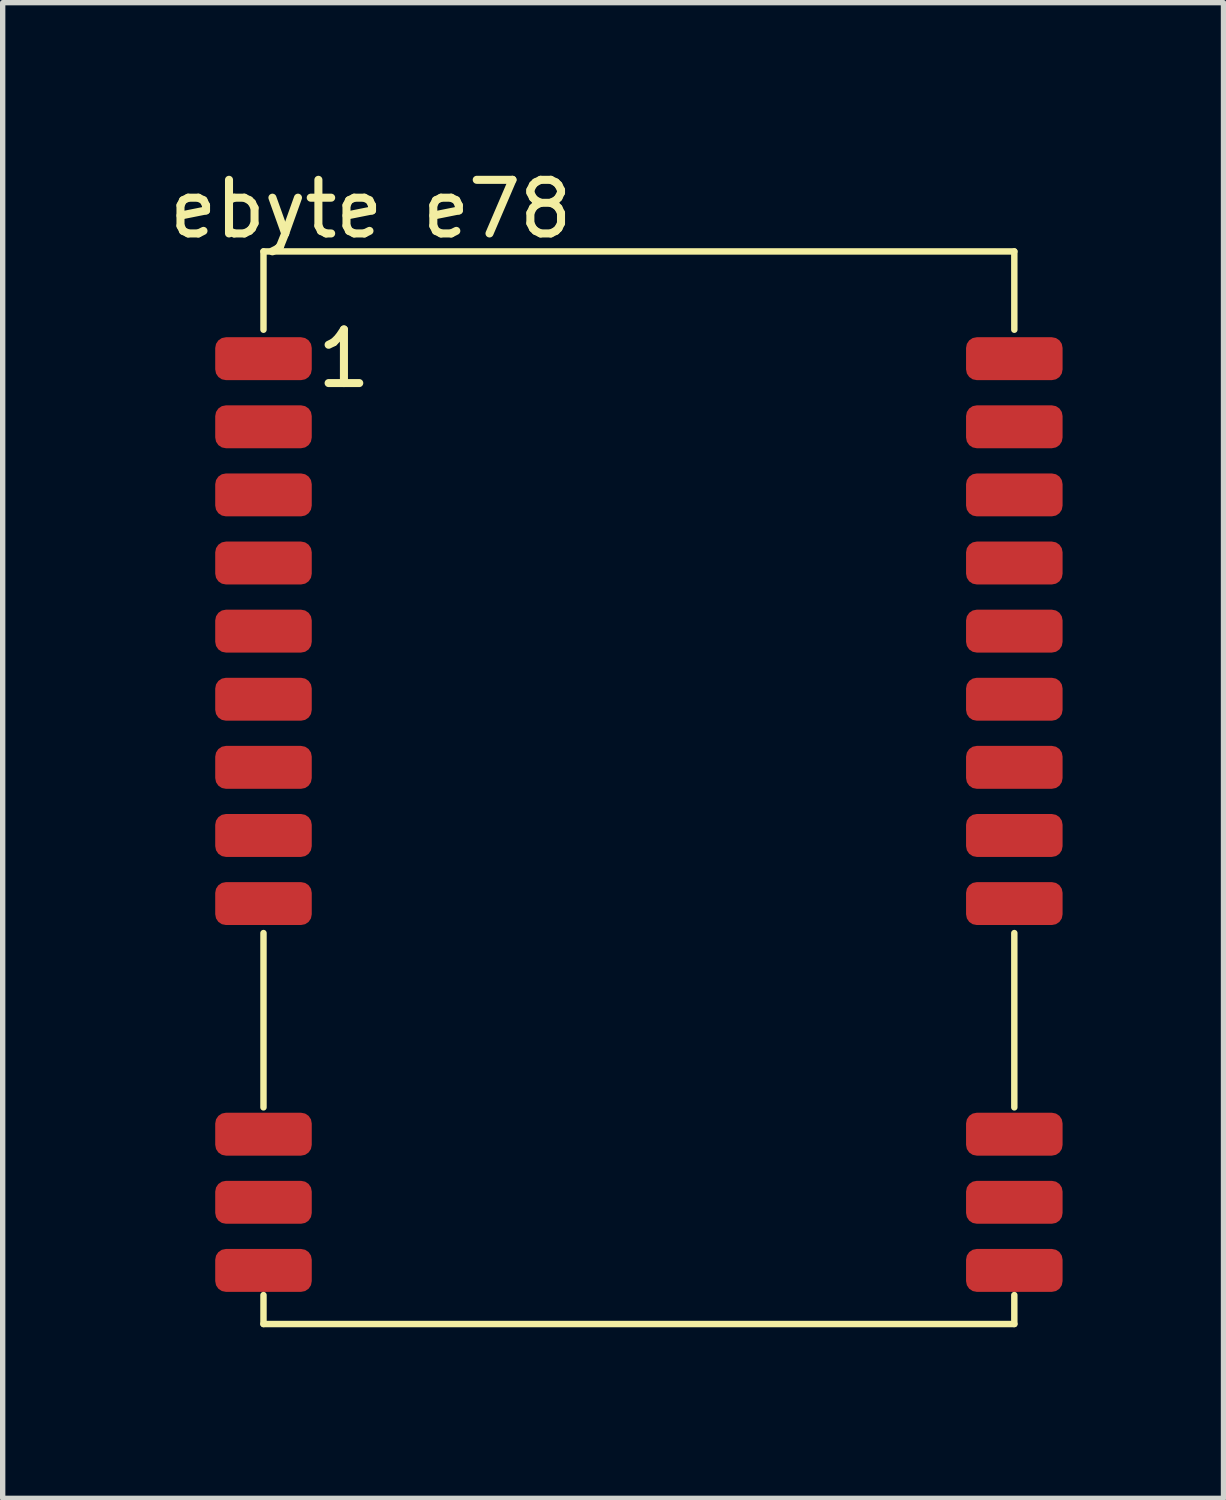
<source format=kicad_pcb>
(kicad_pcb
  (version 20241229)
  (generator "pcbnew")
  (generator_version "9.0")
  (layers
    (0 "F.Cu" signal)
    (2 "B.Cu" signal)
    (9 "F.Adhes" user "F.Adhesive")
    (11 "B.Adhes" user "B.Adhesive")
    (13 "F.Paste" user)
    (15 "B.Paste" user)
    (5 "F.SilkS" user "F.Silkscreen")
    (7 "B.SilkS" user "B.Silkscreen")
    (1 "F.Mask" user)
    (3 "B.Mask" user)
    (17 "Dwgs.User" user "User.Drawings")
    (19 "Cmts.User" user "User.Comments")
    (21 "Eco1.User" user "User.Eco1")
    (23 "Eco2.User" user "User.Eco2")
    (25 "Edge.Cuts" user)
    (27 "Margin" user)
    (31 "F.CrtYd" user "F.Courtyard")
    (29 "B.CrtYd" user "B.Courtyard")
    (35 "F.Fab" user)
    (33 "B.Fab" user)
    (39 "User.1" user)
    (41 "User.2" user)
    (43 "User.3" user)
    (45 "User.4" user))
  (footprint "ebyte e78"
    (layer "F.Cu")
    (at 1.863 21.638)
    (property "Reference" "ebyte e78" (at 2 -20.79 0) (unlocked yes) (layer "F.SilkS") (effects (font (size 1 1) (thickness 0.15))))
    (attr smd)
    (fp_line (start 0 -20) (end 14 -20) (stroke (width 0.12) (type solid)) (layer "F.SilkS"))
    (fp_line (start 0 -18.54) (end 0 -20) (stroke (width 0.12) (type solid)) (layer "F.SilkS"))
    (fp_line (start 0 -4.04) (end 0 -7.29) (stroke (width 0.12) (type solid)) (layer "F.SilkS"))
    (fp_line (start 0 0) (end 0 -0.54) (stroke (width 0.12) (type solid)) (layer "F.SilkS"))
    (fp_line (start 0 0) (end 14 0) (stroke (width 0.12) (type solid)) (layer "F.SilkS"))
    (fp_line (start 14 -20) (end 14 -18.54) (stroke (width 0.12) (type solid)) (layer "F.SilkS"))
    (fp_line (start 14 -4.04) (end 14 -7.29) (stroke (width 0.12) (type solid)) (layer "F.SilkS"))
    (fp_line (start 14 0) (end 14 -0.54) (stroke (width 0.12) (type solid)) (layer "F.SilkS"))
    (fp_text user "1" (at 1.5 -18 0) (unlocked yes) (layer "F.SilkS") (effects (font (size 1 1) (thickness 0.15))))
    (pad "1" smd roundrect (at 0 -18) (size 1.8 0.8) (layers "F.Cu" "F.Mask" "F.Paste") (roundrect_rratio 0.25))
    (pad "2" smd roundrect (at 0 -16.73) (size 1.8 0.8) (layers "F.Cu" "F.Mask" "F.Paste") (roundrect_rratio 0.25))
    (pad "3" smd roundrect (at 0 -15.46) (size 1.8 0.8) (layers "F.Cu" "F.Mask" "F.Paste") (roundrect_rratio 0.25))
    (pad "4" smd roundrect (at 0 -14.19) (size 1.8 0.8) (layers "F.Cu" "F.Mask" "F.Paste") (roundrect_rratio 0.25))
    (pad "5" smd roundrect (at 0 -12.92) (size 1.8 0.8) (layers "F.Cu" "F.Mask" "F.Paste") (roundrect_rratio 0.25))
    (pad "6" smd roundrect (at 0 -11.65) (size 1.8 0.8) (layers "F.Cu" "F.Mask" "F.Paste") (roundrect_rratio 0.25))
    (pad "7" smd roundrect (at 0 -10.38) (size 1.8 0.8) (layers "F.Cu" "F.Mask" "F.Paste") (roundrect_rratio 0.25))
    (pad "8" smd roundrect (at 0 -9.11) (size 1.8 0.8) (layers "F.Cu" "F.Mask" "F.Paste") (roundrect_rratio 0.25))
    (pad "9" smd roundrect (at 0 -7.84) (size 1.8 0.8) (layers "F.Cu" "F.Mask" "F.Paste") (roundrect_rratio 0.25))
    (pad "10" smd roundrect (at 0 -3.54) (size 1.8 0.8) (layers "F.Cu" "F.Mask" "F.Paste") (roundrect_rratio 0.25))
    (pad "11" smd roundrect (at 0 -2.27) (size 1.8 0.8) (layers "F.Cu" "F.Mask" "F.Paste") (roundrect_rratio 0.25))
    (pad "12" smd roundrect (at 0 -1) (size 1.8 0.8) (layers "F.Cu" "F.Mask" "F.Paste") (roundrect_rratio 0.25))
    (pad "13" smd roundrect (at 14 -1) (size 1.8 0.8) (layers "F.Cu" "F.Mask" "F.Paste") (roundrect_rratio 0.25))
    (pad "14" smd roundrect (at 14 -2.27) (size 1.8 0.8) (layers "F.Cu" "F.Mask" "F.Paste") (roundrect_rratio 0.25))
    (pad "15" smd roundrect (at 14 -3.54) (size 1.8 0.8) (layers "F.Cu" "F.Mask" "F.Paste") (roundrect_rratio 0.25))
    (pad "16" smd roundrect (at 14 -7.84) (size 1.8 0.8) (layers "F.Cu" "F.Mask" "F.Paste") (roundrect_rratio 0.25))
    (pad "17" smd roundrect (at 14 -9.11) (size 1.8 0.8) (layers "F.Cu" "F.Mask" "F.Paste") (roundrect_rratio 0.25))
    (pad "18" smd roundrect (at 14 -10.38) (size 1.8 0.8) (layers "F.Cu" "F.Mask" "F.Paste") (roundrect_rratio 0.25))
    (pad "19" smd roundrect (at 14 -11.65) (size 1.8 0.8) (layers "F.Cu" "F.Mask" "F.Paste") (roundrect_rratio 0.25))
    (pad "20" smd roundrect (at 14 -12.92) (size 1.8 0.8) (layers "F.Cu" "F.Mask" "F.Paste") (roundrect_rratio 0.25))
    (pad "21" smd roundrect (at 14 -14.19) (size 1.8 0.8) (layers "F.Cu" "F.Mask" "F.Paste") (roundrect_rratio 0.25))
    (pad "22" smd roundrect (at 14 -15.46) (size 1.8 0.8) (layers "F.Cu" "F.Mask" "F.Paste") (roundrect_rratio 0.25))
    (pad "23" smd roundrect (at 14 -16.73) (size 1.8 0.8) (layers "F.Cu" "F.Mask" "F.Paste") (roundrect_rratio 0.25))
    (pad "24" smd roundrect (at 14 -18) (size 1.8 0.8) (layers "F.Cu" "F.Mask" "F.Paste") (roundrect_rratio 0.25)))
  (gr_rect
    (start -3 -3)
    (end 19.763 24.888)
    (stroke (width 0.1) (type default))
    (fill no)
    (layer "Edge.Cuts")))
</source>
